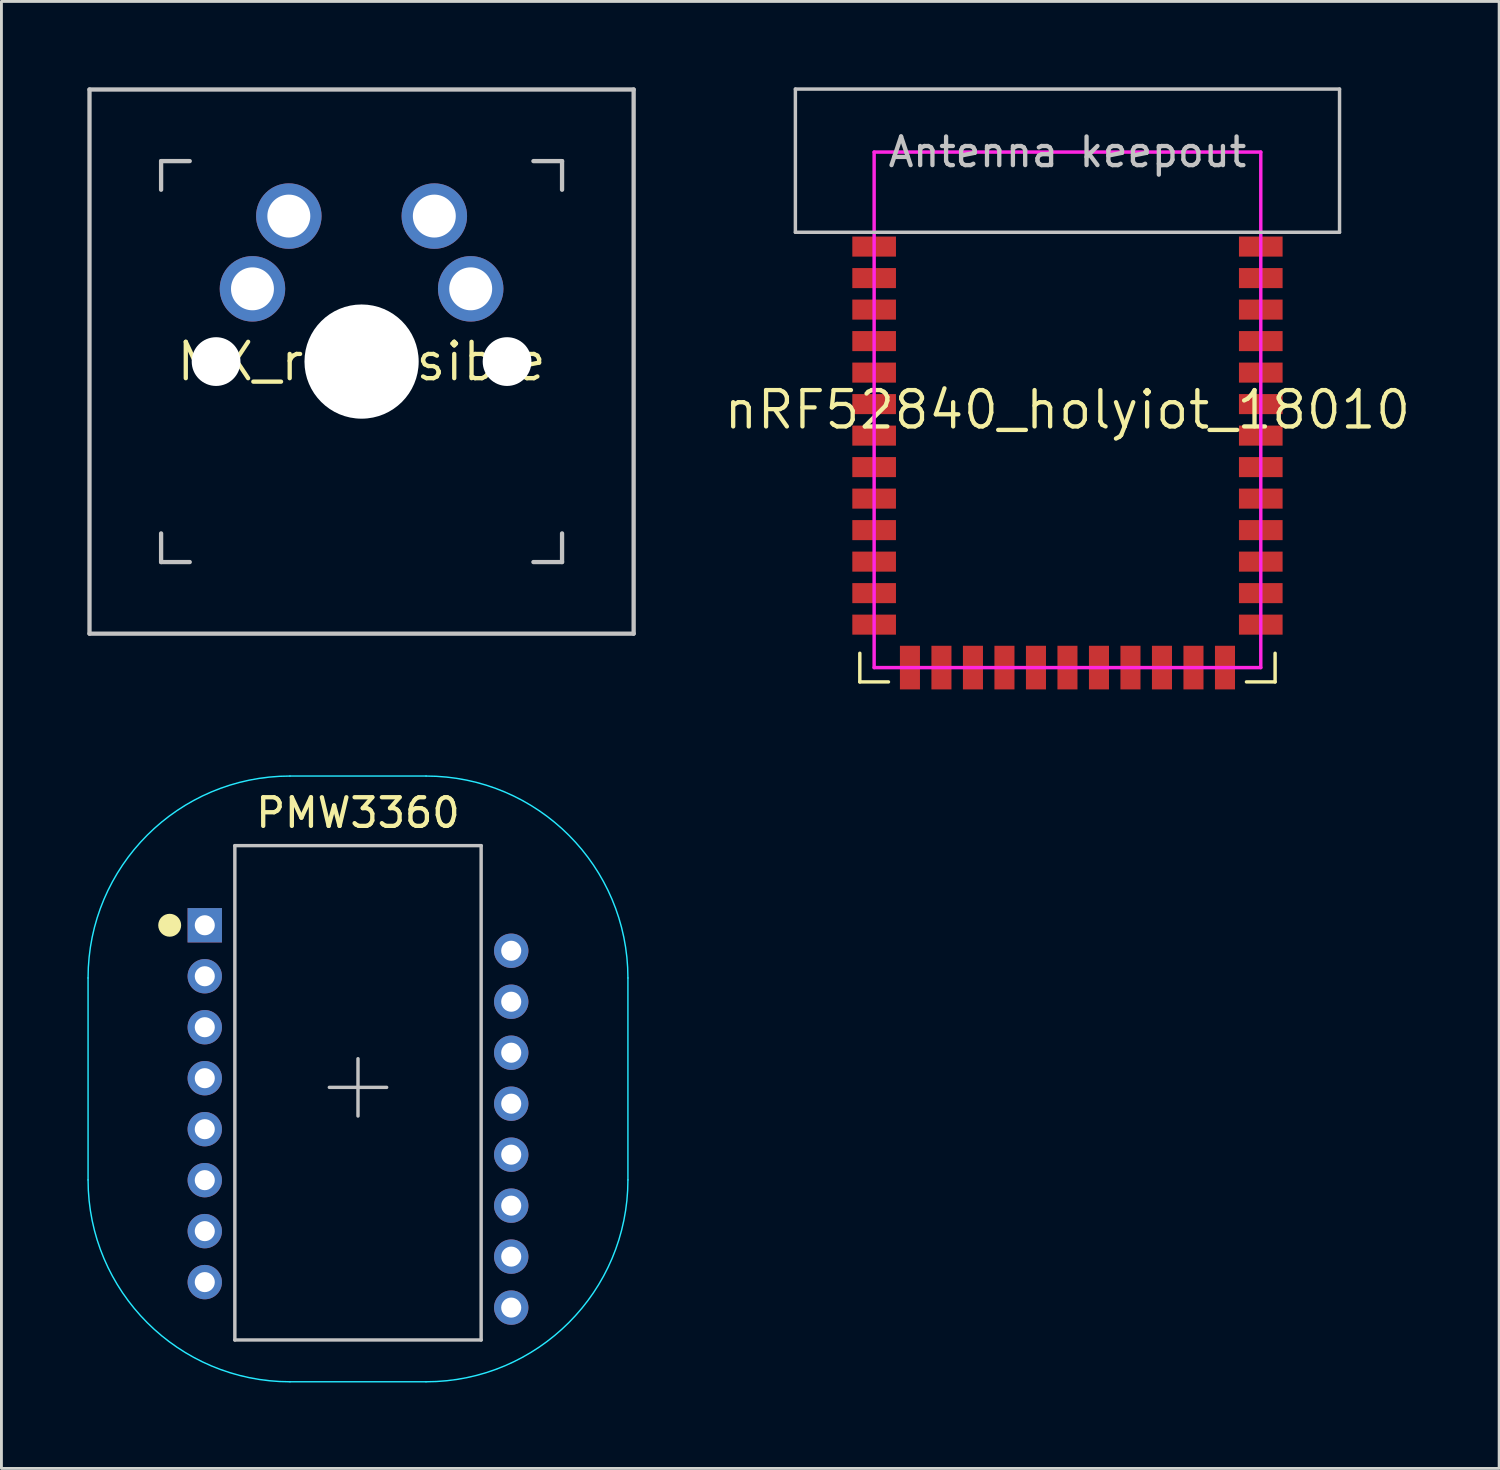
<source format=kicad_pcb>
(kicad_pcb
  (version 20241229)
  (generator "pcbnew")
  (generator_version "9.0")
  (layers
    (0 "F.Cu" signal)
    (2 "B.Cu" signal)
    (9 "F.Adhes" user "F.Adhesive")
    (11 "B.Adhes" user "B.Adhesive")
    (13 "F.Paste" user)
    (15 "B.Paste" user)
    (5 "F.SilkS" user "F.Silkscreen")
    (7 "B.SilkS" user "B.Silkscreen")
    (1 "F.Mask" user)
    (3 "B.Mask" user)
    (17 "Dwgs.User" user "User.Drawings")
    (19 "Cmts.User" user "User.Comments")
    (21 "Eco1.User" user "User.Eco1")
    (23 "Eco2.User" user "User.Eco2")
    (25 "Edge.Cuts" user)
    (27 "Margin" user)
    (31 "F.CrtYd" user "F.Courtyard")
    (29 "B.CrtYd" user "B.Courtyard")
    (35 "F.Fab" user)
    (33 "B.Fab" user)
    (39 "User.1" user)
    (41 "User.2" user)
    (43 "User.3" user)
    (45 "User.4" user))
  (footprint "PMW3360"
    (layer "F.Cu")
    (at 4.1 29.257)
    (property "Reference" "PMW3360" (at 5.35 -3.925 0) (layer "F.SilkS") (effects (font (size 1 1) (thickness 0.15))))
    (attr through_hole)
    (fp_circle (center -1.225 0) (end -1.025 0) (stroke (width 0.4) (type solid)) (fill no) (layer "F.SilkS"))
    (fp_line (start 1.05 -2.78) (end 1.05 14.48) (stroke (width 0.12) (type solid)) (layer "Dwgs.User"))
    (fp_line (start 1.05 -2.78) (end 9.65 -2.78) (stroke (width 0.12) (type solid)) (layer "Dwgs.User"))
    (fp_line (start 1.05 14.48) (end 9.65 14.48) (stroke (width 0.12) (type solid)) (layer "Dwgs.User"))
    (fp_line (start 4.35 5.66) (end 6.35 5.66) (stroke (width 0.12) (type solid)) (layer "Dwgs.User"))
    (fp_line (start 5.35 4.66) (end 5.35 6.66) (stroke (width 0.12) (type solid)) (layer "Dwgs.User"))
    (fp_line (start 9.65 -2.78) (end 9.65 14.48) (stroke (width 0.12) (type solid)) (layer "Dwgs.User"))
    (fp_line (start -4.075 1.84) (end -4.075 8.89) (stroke (width 0.05) (type solid)) (layer "B.CrtYd"))
    (fp_line (start 2.975 -5.21) (end 7.725 -5.21) (stroke (width 0.05) (type solid)) (layer "B.CrtYd"))
    (fp_line (start 2.975 15.94) (end 7.725 15.94) (stroke (width 0.05) (type solid)) (layer "B.CrtYd"))
    (fp_line (start 14.775 1.84) (end 14.775 8.89) (stroke (width 0.05) (type solid)) (layer "B.CrtYd"))
    (fp_arc (start -4.075 1.84) (mid -2.010103 -3.145103) (end 2.975 -5.21) (stroke (width 0.05) (type solid)) (layer "B.CrtYd"))
    (fp_arc (start 2.975 15.94) (mid -2.010103 13.875103) (end -4.075 8.89) (stroke (width 0.05) (type solid)) (layer "B.CrtYd"))
    (fp_arc (start 7.725 -5.21) (mid 12.710103 -3.145103) (end 14.775 1.84) (stroke (width 0.05) (type solid)) (layer "B.CrtYd"))
    (fp_arc (start 14.775 8.89) (mid 12.710103 13.875103) (end 7.725 15.94) (stroke (width 0.05) (type solid)) (layer "B.CrtYd"))
    (pad "1" thru_hole rect (at 0 0) (size 1.2 1.2) (drill 0.7) (layers "*.Cu" "*.Mask"))
    (pad "2" thru_hole circle (at 0 1.78) (size 1.2 1.2) (drill 0.7) (layers "*.Cu" "*.Mask"))
    (pad "3" thru_hole circle (at 0 3.56) (size 1.2 1.2) (drill 0.7) (layers "*.Cu" "*.Mask"))
    (pad "4" thru_hole circle (at 0 5.34) (size 1.2 1.2) (drill 0.7) (layers "*.Cu" "*.Mask"))
    (pad "5" thru_hole circle (at 0 7.12) (size 1.2 1.2) (drill 0.7) (layers "*.Cu" "*.Mask"))
    (pad "6" thru_hole circle (at 0 8.9) (size 1.2 1.2) (drill 0.7) (layers "*.Cu" "*.Mask"))
    (pad "7" thru_hole circle (at 0 10.68) (size 1.2 1.2) (drill 0.7) (layers "*.Cu" "*.Mask"))
    (pad "8" thru_hole circle (at 0 12.46) (size 1.2 1.2) (drill 0.7) (layers "*.Cu" "*.Mask"))
    (pad "9" thru_hole circle (at 10.7 13.35) (size 1.2 1.2) (drill 0.7) (layers "*.Cu" "*.Mask"))
    (pad "10" thru_hole circle (at 10.7 11.57) (size 1.2 1.2) (drill 0.7) (layers "*.Cu" "*.Mask"))
    (pad "11" thru_hole circle (at 10.7 9.79) (size 1.2 1.2) (drill 0.7) (layers "*.Cu" "*.Mask"))
    (pad "12" thru_hole circle (at 10.7 8.01) (size 1.2 1.2) (drill 0.7) (layers "*.Cu" "*.Mask"))
    (pad "13" thru_hole circle (at 10.7 6.23) (size 1.2 1.2) (drill 0.7) (layers "*.Cu" "*.Mask"))
    (pad "14" thru_hole circle (at 10.7 4.45) (size 1.2 1.2) (drill 0.7) (layers "*.Cu" "*.Mask"))
    (pad "15" thru_hole circle (at 10.7 2.67) (size 1.2 1.2) (drill 0.7) (layers "*.Cu" "*.Mask"))
    (pad "16" thru_hole circle (at 10.7 0.89) (size 1.2 1.2) (drill 0.7) (layers "*.Cu" "*.Mask")))
  (footprint "nRF52840_holyiot_18010"
    (layer "F.Cu")
    (at 34.222 11.26)
    (property "Reference" "nRF52840_holyiot_18010" (at 0 0 0) (layer "F.SilkS") (effects (font (size 1.27 1.27) (thickness 0.15))))
    (attr through_hole)
    (fp_line (start -7.25 8.5) (end -7.25 9.5) (stroke (width 0.12) (type solid)) (layer "F.SilkS"))
    (fp_line (start -6.25 9.5) (end -7.25 9.5) (stroke (width 0.12) (type solid)) (layer "F.SilkS"))
    (fp_line (start 6.25 9.5) (end 7.25 9.5) (stroke (width 0.12) (type solid)) (layer "F.SilkS"))
    (fp_line (start 7.25 8.5) (end 7.25 9.5) (stroke (width 0.12) (type solid)) (layer "F.SilkS"))
    (fp_line (start -9.5 -11.2) (end 9.5 -11.2) (stroke (width 0.12) (type solid)) (layer "Dwgs.User"))
    (fp_line (start -9.5 -6.2) (end -9.5 -11.2) (stroke (width 0.12) (type solid)) (layer "Dwgs.User"))
    (fp_line (start 9.5 -11.2) (end 9.5 -6.2) (stroke (width 0.12) (type solid)) (layer "Dwgs.User"))
    (fp_line (start 9.5 -6.2) (end -9.5 -6.2) (stroke (width 0.12) (type solid)) (layer "Dwgs.User"))
    (fp_line (start -6.75 -9) (end 6.75 -9) (stroke (width 0.12) (type solid)) (layer "F.CrtYd"))
    (fp_line (start -6.75 9) (end -6.75 -9) (stroke (width 0.12) (type solid)) (layer "F.CrtYd"))
    (fp_line (start 6.75 -9) (end 6.75 9) (stroke (width 0.12) (type solid)) (layer "F.CrtYd"))
    (fp_line (start 6.75 9) (end -6.75 9) (stroke (width 0.12) (type solid)) (layer "F.CrtYd"))
    (fp_text user "Antenna keepout" (at 0 -9 180) (layer "Dwgs.User") (effects (font (size 1 1) (thickness 0.15))))
    (pad "1" smd rect (at -6.75 -5.7) (size 1.524 0.7) (layers "F.Cu" "F.Mask" "F.Paste"))
    (pad "2" smd rect (at -6.75 -4.6) (size 1.524 0.7) (layers "F.Cu" "F.Mask" "F.Paste"))
    (pad "3" smd rect (at -6.75 -3.5) (size 1.524 0.7) (layers "F.Cu" "F.Mask" "F.Paste"))
    (pad "4" smd rect (at -6.75 -2.4) (size 1.524 0.7) (layers "F.Cu" "F.Mask" "F.Paste"))
    (pad "5" smd rect (at -6.75 -1.3) (size 1.524 0.7) (layers "F.Cu" "F.Mask" "F.Paste"))
    (pad "6" smd rect (at -6.75 -0.2) (size 1.524 0.7) (layers "F.Cu" "F.Mask" "F.Paste"))
    (pad "7" smd rect (at -6.75 0.9) (size 1.524 0.7) (layers "F.Cu" "F.Mask" "F.Paste"))
    (pad "8" smd rect (at -6.75 2) (size 1.524 0.7) (layers "F.Cu" "F.Mask" "F.Paste"))
    (pad "9" smd rect (at -6.75 3.1) (size 1.524 0.7) (layers "F.Cu" "F.Mask" "F.Paste"))
    (pad "10" smd rect (at -6.75 4.2) (size 1.524 0.7) (layers "F.Cu" "F.Mask" "F.Paste"))
    (pad "11" smd rect (at -6.75 5.3) (size 1.524 0.7) (layers "F.Cu" "F.Mask" "F.Paste"))
    (pad "12" smd rect (at -6.75 6.4) (size 1.524 0.7) (layers "F.Cu" "F.Mask" "F.Paste"))
    (pad "13" smd rect (at -6.75 7.5) (size 1.524 0.7) (layers "F.Cu" "F.Mask" "F.Paste"))
    (pad "14" smd rect (at -5.5 9 90) (size 1.524 0.7) (layers "F.Cu" "F.Mask" "F.Paste"))
    (pad "15" smd rect (at -4.4 9 90) (size 1.524 0.7) (layers "F.Cu" "F.Mask" "F.Paste"))
    (pad "16" smd rect (at -3.3 9 90) (size 1.524 0.7) (layers "F.Cu" "F.Mask" "F.Paste"))
    (pad "17" smd rect (at -2.2 9 90) (size 1.524 0.7) (layers "F.Cu" "F.Mask" "F.Paste"))
    (pad "18" smd rect (at -1.1 9 90) (size 1.524 0.7) (layers "F.Cu" "F.Mask" "F.Paste"))
    (pad "19" smd rect (at 0 9 90) (size 1.524 0.7) (layers "F.Cu" "F.Mask" "F.Paste"))
    (pad "20" smd rect (at 1.1 9 90) (size 1.524 0.7) (layers "F.Cu" "F.Mask" "F.Paste"))
    (pad "21" smd rect (at 2.2 9 90) (size 1.524 0.7) (layers "F.Cu" "F.Mask" "F.Paste"))
    (pad "22" smd rect (at 3.3 9 90) (size 1.524 0.7) (layers "F.Cu" "F.Mask" "F.Paste"))
    (pad "23" smd rect (at 4.4 9 90) (size 1.524 0.7) (layers "F.Cu" "F.Mask" "F.Paste"))
    (pad "24" smd rect (at 5.5 9 90) (size 1.524 0.7) (layers "F.Cu" "F.Mask" "F.Paste"))
    (pad "25" smd rect (at 6.75 7.5 180) (size 1.524 0.7) (layers "F.Cu" "F.Mask" "F.Paste"))
    (pad "26" smd rect (at 6.75 6.4 180) (size 1.524 0.7) (layers "F.Cu" "F.Mask" "F.Paste"))
    (pad "27" smd rect (at 6.75 5.3 180) (size 1.524 0.7) (layers "F.Cu" "F.Mask" "F.Paste"))
    (pad "28" smd rect (at 6.75 4.2 180) (size 1.524 0.7) (layers "F.Cu" "F.Mask" "F.Paste"))
    (pad "29" smd rect (at 6.75 3.1 180) (size 1.524 0.7) (layers "F.Cu" "F.Mask" "F.Paste"))
    (pad "30" smd rect (at 6.75 2 180) (size 1.524 0.7) (layers "F.Cu" "F.Mask" "F.Paste"))
    (pad "31" smd rect (at 6.75 0.9 180) (size 1.524 0.7) (layers "F.Cu" "F.Mask" "F.Paste"))
    (pad "32" smd rect (at 6.75 -0.2 180) (size 1.524 0.7) (layers "F.Cu" "F.Mask" "F.Paste"))
    (pad "33" smd rect (at 6.75 -1.3 180) (size 1.524 0.7) (layers "F.Cu" "F.Mask" "F.Paste"))
    (pad "34" smd rect (at 6.75 -2.4 180) (size 1.524 0.7) (layers "F.Cu" "F.Mask" "F.Paste"))
    (pad "35" smd rect (at 6.75 -3.5 180) (size 1.524 0.7) (layers "F.Cu" "F.Mask" "F.Paste"))
    (pad "36" smd rect (at 6.75 -4.6 180) (size 1.524 0.7) (layers "F.Cu" "F.Mask" "F.Paste"))
    (pad "37" smd rect (at 6.75 -5.7 180) (size 1.524 0.7) (layers "F.Cu" "F.Mask" "F.Paste"))
    (zone (net_name "") (layers "F.Cu" "B.Cu") (name "holyiot-keepout") (hatch edge 0.508) (connect_pads) (min_thickness 0.254) (filled_areas_thickness no) (keepout (tracks not_allowed) (vias not_allowed) (pads not_allowed) (copperpour not_allowed) (footprints not_allowed)) (placement (enabled no)) (fill) (polygon (pts (xy 24.722 0.06) (xy 43.722 0.06) (xy 43.722 5.06) (xy 24.722 5.06)))))
  (footprint "MX_reversible"
    (layer "F.Cu")
    (at 9.575 9.575)
    (property "Reference" "MX_reversible" (at 0 0 0) (layer "F.SilkS") (effects (font (size 1.27 1.27) (thickness 0.15))))
    (attr through_hole)
    (fp_line (start -9.5 -9.5) (end 9.5 -9.5) (stroke (width 0.15) (type solid)) (layer "Dwgs.User"))
    (fp_line (start -9.5 9.5) (end -9.5 -9.5) (stroke (width 0.15) (type solid)) (layer "Dwgs.User"))
    (fp_line (start -7 -6) (end -7 -7) (stroke (width 0.15) (type solid)) (layer "Dwgs.User"))
    (fp_line (start -7 7) (end -7 6) (stroke (width 0.15) (type solid)) (layer "Dwgs.User"))
    (fp_line (start -7 7) (end -6 7) (stroke (width 0.15) (type solid)) (layer "Dwgs.User"))
    (fp_line (start -6 -7) (end -7 -7) (stroke (width 0.15) (type solid)) (layer "Dwgs.User"))
    (fp_line (start 6 7) (end 7 7) (stroke (width 0.15) (type solid)) (layer "Dwgs.User"))
    (fp_line (start 7 -7) (end 6 -7) (stroke (width 0.15) (type solid)) (layer "Dwgs.User"))
    (fp_line (start 7 -7) (end 7 -6) (stroke (width 0.15) (type solid)) (layer "Dwgs.User"))
    (fp_line (start 7 6) (end 7 7) (stroke (width 0.15) (type solid)) (layer "Dwgs.User"))
    (fp_line (start 9.5 -9.5) (end 9.5 9.5) (stroke (width 0.15) (type solid)) (layer "Dwgs.User"))
    (fp_line (start 9.5 9.5) (end -9.5 9.5) (stroke (width 0.15) (type solid)) (layer "Dwgs.User"))
    (pad "" np_thru_hole circle (at -5.08 0) (size 1.702 1.702) (drill 1.702) (layers "*.Cu" "*.Mask"))
    (pad "" np_thru_hole circle (at 0 0) (size 3.988 3.988) (drill 3.988) (layers "*.Cu" "*.Mask"))
    (pad "" np_thru_hole circle (at 5.08 0) (size 1.702 1.702) (drill 1.702) (layers "*.Cu" "*.Mask"))
    (pad "1" thru_hole circle (at -2.54 -5.08) (size 2.286 2.286) (drill 1.499) (layers "*.Cu" "*.Mask"))
    (pad "1" thru_hole circle (at 2.54 -5.08) (size 2.286 2.286) (drill 1.499) (layers "*.Cu" "*.Mask"))
    (pad "2" thru_hole circle (at -3.81 -2.54) (size 2.286 2.286) (drill 1.499) (layers "*.Cu" "*.Mask"))
    (pad "2" thru_hole circle (at 3.81 -2.54) (size 2.286 2.286) (drill 1.499) (layers "*.Cu" "*.Mask")))
  (gr_rect
    (start -3 -3)
    (end 49.295 48.222)
    (stroke (width 0.1) (type default))
    (fill no)
    (layer "Edge.Cuts")))
</source>
